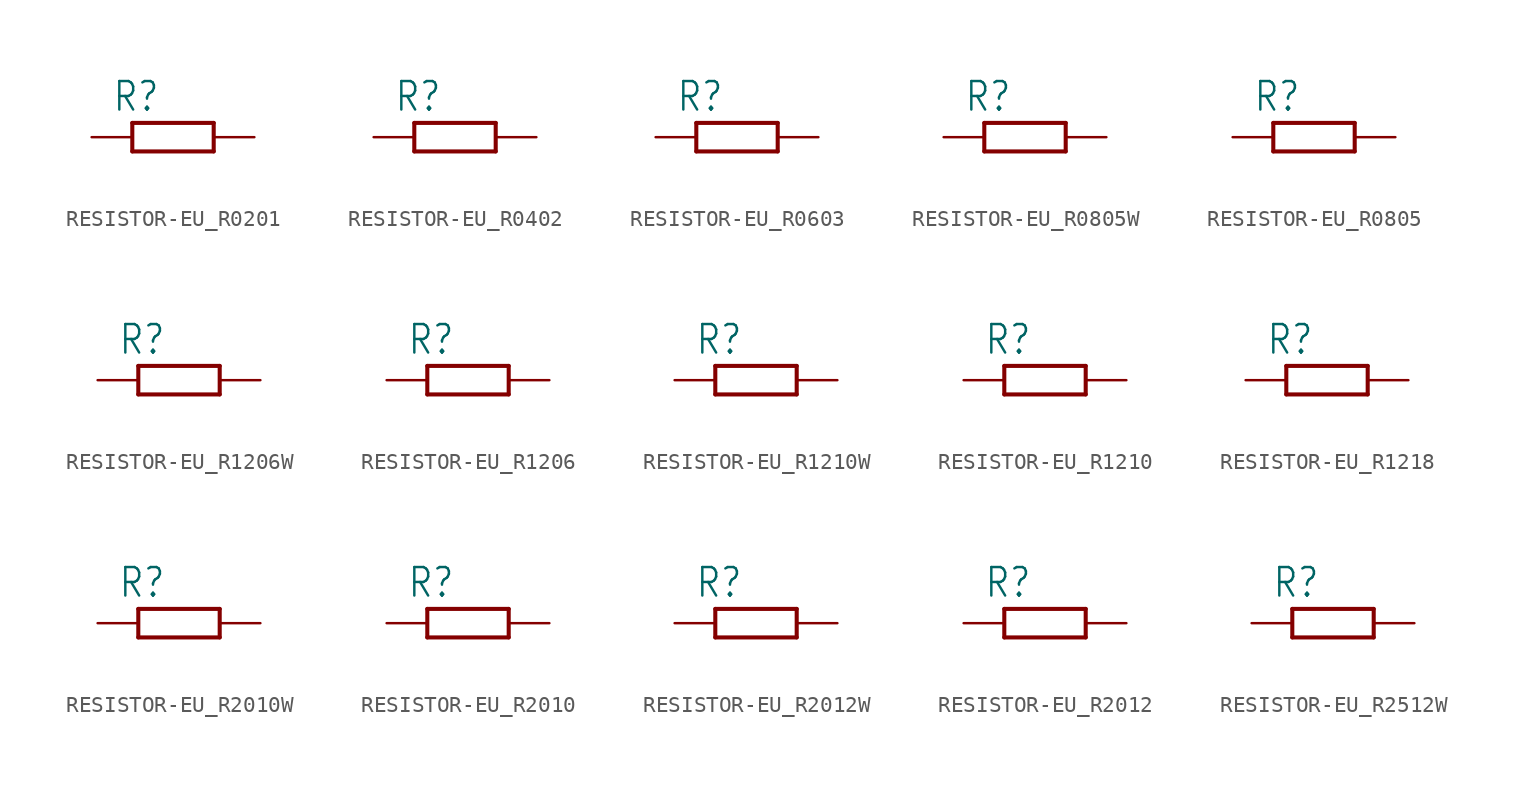
<source format=kicad_sym>
(kicad_symbol_lib
  (version 20231120)
  (generator "kicad_symbol_editor")
  (generator_version "8.0")
  (symbol "RESISTOR-EU_R0201"
    (property "Reference" "R"
      (at -3.81 1.499 0)
      (effects (font (size 1.778 1.511)) (justify left bottom)))
    (property "Value" ""
      (at -3.81 -3.302 0)
      (effects (font (size 1.778 1.511)) (justify left bottom)))
    (property "ki_locked" ""
      (at 0 0 0)
      (effects (font (size 1.27 1.27))))
    (symbol "RESISTOR-EU_R0201_1_0"
      (polyline (pts (xy -2.54 -0.889) (xy -2.54 0.889)) (stroke (width 0.254) (type solid)) (fill (type none)))
      (polyline (pts (xy -2.54 -0.889) (xy 2.54 -0.889)) (stroke (width 0.254) (type solid)) (fill (type none)))
      (polyline (pts (xy 2.54 -0.889) (xy 2.54 0.889)) (stroke (width 0.254) (type solid)) (fill (type none)))
      (polyline (pts (xy 2.54 0.889) (xy -2.54 0.889)) (stroke (width 0.254) (type solid)) (fill (type none)))
      (pin passive line (at -5.08 0 0) (length 2.54) (name "1" (effects (font (size 0 0)))) (number "1" (effects (font (size 0 0)))))
      (pin passive line (at 5.08 0 180) (length 2.54) (name "2" (effects (font (size 0 0)))) (number "2" (effects (font (size 0 0)))))))
  (symbol "RESISTOR-EU_R0402"
    (property "Reference" "R"
      (at -3.81 1.499 0)
      (effects (font (size 1.778 1.511)) (justify left bottom)))
    (property "Value" ""
      (at -3.81 -3.302 0)
      (effects (font (size 1.778 1.511)) (justify left bottom)))
    (property "ki_locked" ""
      (at 0 0 0)
      (effects (font (size 1.27 1.27))))
    (symbol "RESISTOR-EU_R0402_1_0"
      (polyline (pts (xy -2.54 -0.889) (xy -2.54 0.889)) (stroke (width 0.254) (type solid)) (fill (type none)))
      (polyline (pts (xy -2.54 -0.889) (xy 2.54 -0.889)) (stroke (width 0.254) (type solid)) (fill (type none)))
      (polyline (pts (xy 2.54 -0.889) (xy 2.54 0.889)) (stroke (width 0.254) (type solid)) (fill (type none)))
      (polyline (pts (xy 2.54 0.889) (xy -2.54 0.889)) (stroke (width 0.254) (type solid)) (fill (type none)))
      (pin passive line (at -5.08 0 0) (length 2.54) (name "1" (effects (font (size 0 0)))) (number "1" (effects (font (size 0 0)))))
      (pin passive line (at 5.08 0 180) (length 2.54) (name "2" (effects (font (size 0 0)))) (number "2" (effects (font (size 0 0)))))))
  (symbol "RESISTOR-EU_R0603"
    (property "Reference" "R"
      (at -3.81 1.499 0)
      (effects (font (size 1.778 1.511)) (justify left bottom)))
    (property "Value" ""
      (at -3.81 -3.302 0)
      (effects (font (size 1.778 1.511)) (justify left bottom)))
    (property "ki_locked" ""
      (at 0 0 0)
      (effects (font (size 1.27 1.27))))
    (symbol "RESISTOR-EU_R0603_1_0"
      (polyline (pts (xy -2.54 -0.889) (xy -2.54 0.889)) (stroke (width 0.254) (type solid)) (fill (type none)))
      (polyline (pts (xy -2.54 -0.889) (xy 2.54 -0.889)) (stroke (width 0.254) (type solid)) (fill (type none)))
      (polyline (pts (xy 2.54 -0.889) (xy 2.54 0.889)) (stroke (width 0.254) (type solid)) (fill (type none)))
      (polyline (pts (xy 2.54 0.889) (xy -2.54 0.889)) (stroke (width 0.254) (type solid)) (fill (type none)))
      (pin passive line (at -5.08 0 0) (length 2.54) (name "1" (effects (font (size 0 0)))) (number "1" (effects (font (size 0 0)))))
      (pin passive line (at 5.08 0 180) (length 2.54) (name "2" (effects (font (size 0 0)))) (number "2" (effects (font (size 0 0)))))))
  (symbol "RESISTOR-EU_R0805W"
    (property "Reference" "R"
      (at -3.81 1.499 0)
      (effects (font (size 1.778 1.511)) (justify left bottom)))
    (property "Value" ""
      (at -3.81 -3.302 0)
      (effects (font (size 1.778 1.511)) (justify left bottom)))
    (property "ki_locked" ""
      (at 0 0 0)
      (effects (font (size 1.27 1.27))))
    (symbol "RESISTOR-EU_R0805W_1_0"
      (polyline (pts (xy -2.54 -0.889) (xy -2.54 0.889)) (stroke (width 0.254) (type solid)) (fill (type none)))
      (polyline (pts (xy -2.54 -0.889) (xy 2.54 -0.889)) (stroke (width 0.254) (type solid)) (fill (type none)))
      (polyline (pts (xy 2.54 -0.889) (xy 2.54 0.889)) (stroke (width 0.254) (type solid)) (fill (type none)))
      (polyline (pts (xy 2.54 0.889) (xy -2.54 0.889)) (stroke (width 0.254) (type solid)) (fill (type none)))
      (pin passive line (at -5.08 0 0) (length 2.54) (name "1" (effects (font (size 0 0)))) (number "1" (effects (font (size 0 0)))))
      (pin passive line (at 5.08 0 180) (length 2.54) (name "2" (effects (font (size 0 0)))) (number "2" (effects (font (size 0 0)))))))
  (symbol "RESISTOR-EU_R0805"
    (property "Reference" "R"
      (at -3.81 1.499 0)
      (effects (font (size 1.778 1.511)) (justify left bottom)))
    (property "Value" ""
      (at -3.81 -3.302 0)
      (effects (font (size 1.778 1.511)) (justify left bottom)))
    (property "ki_locked" ""
      (at 0 0 0)
      (effects (font (size 1.27 1.27))))
    (symbol "RESISTOR-EU_R0805_1_0"
      (polyline (pts (xy -2.54 -0.889) (xy -2.54 0.889)) (stroke (width 0.254) (type solid)) (fill (type none)))
      (polyline (pts (xy -2.54 -0.889) (xy 2.54 -0.889)) (stroke (width 0.254) (type solid)) (fill (type none)))
      (polyline (pts (xy 2.54 -0.889) (xy 2.54 0.889)) (stroke (width 0.254) (type solid)) (fill (type none)))
      (polyline (pts (xy 2.54 0.889) (xy -2.54 0.889)) (stroke (width 0.254) (type solid)) (fill (type none)))
      (pin passive line (at -5.08 0 0) (length 2.54) (name "1" (effects (font (size 0 0)))) (number "1" (effects (font (size 0 0)))))
      (pin passive line (at 5.08 0 180) (length 2.54) (name "2" (effects (font (size 0 0)))) (number "2" (effects (font (size 0 0)))))))
  (symbol "RESISTOR-EU_R1206W"
    (property "Reference" "R"
      (at -3.81 1.499 0)
      (effects (font (size 1.778 1.511)) (justify left bottom)))
    (property "Value" ""
      (at -3.81 -3.302 0)
      (effects (font (size 1.778 1.511)) (justify left bottom)))
    (property "ki_locked" ""
      (at 0 0 0)
      (effects (font (size 1.27 1.27))))
    (symbol "RESISTOR-EU_R1206W_1_0"
      (polyline (pts (xy -2.54 -0.889) (xy -2.54 0.889)) (stroke (width 0.254) (type solid)) (fill (type none)))
      (polyline (pts (xy -2.54 -0.889) (xy 2.54 -0.889)) (stroke (width 0.254) (type solid)) (fill (type none)))
      (polyline (pts (xy 2.54 -0.889) (xy 2.54 0.889)) (stroke (width 0.254) (type solid)) (fill (type none)))
      (polyline (pts (xy 2.54 0.889) (xy -2.54 0.889)) (stroke (width 0.254) (type solid)) (fill (type none)))
      (pin passive line (at -5.08 0 0) (length 2.54) (name "1" (effects (font (size 0 0)))) (number "1" (effects (font (size 0 0)))))
      (pin passive line (at 5.08 0 180) (length 2.54) (name "2" (effects (font (size 0 0)))) (number "2" (effects (font (size 0 0)))))))
  (symbol "RESISTOR-EU_R1206"
    (property "Reference" "R"
      (at -3.81 1.499 0)
      (effects (font (size 1.778 1.511)) (justify left bottom)))
    (property "Value" ""
      (at -3.81 -3.302 0)
      (effects (font (size 1.778 1.511)) (justify left bottom)))
    (property "ki_locked" ""
      (at 0 0 0)
      (effects (font (size 1.27 1.27))))
    (symbol "RESISTOR-EU_R1206_1_0"
      (polyline (pts (xy -2.54 -0.889) (xy -2.54 0.889)) (stroke (width 0.254) (type solid)) (fill (type none)))
      (polyline (pts (xy -2.54 -0.889) (xy 2.54 -0.889)) (stroke (width 0.254) (type solid)) (fill (type none)))
      (polyline (pts (xy 2.54 -0.889) (xy 2.54 0.889)) (stroke (width 0.254) (type solid)) (fill (type none)))
      (polyline (pts (xy 2.54 0.889) (xy -2.54 0.889)) (stroke (width 0.254) (type solid)) (fill (type none)))
      (pin passive line (at -5.08 0 0) (length 2.54) (name "1" (effects (font (size 0 0)))) (number "1" (effects (font (size 0 0)))))
      (pin passive line (at 5.08 0 180) (length 2.54) (name "2" (effects (font (size 0 0)))) (number "2" (effects (font (size 0 0)))))))
  (symbol "RESISTOR-EU_R1210W"
    (property "Reference" "R"
      (at -3.81 1.499 0)
      (effects (font (size 1.778 1.511)) (justify left bottom)))
    (property "Value" ""
      (at -3.81 -3.302 0)
      (effects (font (size 1.778 1.511)) (justify left bottom)))
    (property "ki_locked" ""
      (at 0 0 0)
      (effects (font (size 1.27 1.27))))
    (symbol "RESISTOR-EU_R1210W_1_0"
      (polyline (pts (xy -2.54 -0.889) (xy -2.54 0.889)) (stroke (width 0.254) (type solid)) (fill (type none)))
      (polyline (pts (xy -2.54 -0.889) (xy 2.54 -0.889)) (stroke (width 0.254) (type solid)) (fill (type none)))
      (polyline (pts (xy 2.54 -0.889) (xy 2.54 0.889)) (stroke (width 0.254) (type solid)) (fill (type none)))
      (polyline (pts (xy 2.54 0.889) (xy -2.54 0.889)) (stroke (width 0.254) (type solid)) (fill (type none)))
      (pin passive line (at -5.08 0 0) (length 2.54) (name "1" (effects (font (size 0 0)))) (number "1" (effects (font (size 0 0)))))
      (pin passive line (at 5.08 0 180) (length 2.54) (name "2" (effects (font (size 0 0)))) (number "2" (effects (font (size 0 0)))))))
  (symbol "RESISTOR-EU_R1210"
    (property "Reference" "R"
      (at -3.81 1.499 0)
      (effects (font (size 1.778 1.511)) (justify left bottom)))
    (property "Value" ""
      (at -3.81 -3.302 0)
      (effects (font (size 1.778 1.511)) (justify left bottom)))
    (property "ki_locked" ""
      (at 0 0 0)
      (effects (font (size 1.27 1.27))))
    (symbol "RESISTOR-EU_R1210_1_0"
      (polyline (pts (xy -2.54 -0.889) (xy -2.54 0.889)) (stroke (width 0.254) (type solid)) (fill (type none)))
      (polyline (pts (xy -2.54 -0.889) (xy 2.54 -0.889)) (stroke (width 0.254) (type solid)) (fill (type none)))
      (polyline (pts (xy 2.54 -0.889) (xy 2.54 0.889)) (stroke (width 0.254) (type solid)) (fill (type none)))
      (polyline (pts (xy 2.54 0.889) (xy -2.54 0.889)) (stroke (width 0.254) (type solid)) (fill (type none)))
      (pin passive line (at -5.08 0 0) (length 2.54) (name "1" (effects (font (size 0 0)))) (number "1" (effects (font (size 0 0)))))
      (pin passive line (at 5.08 0 180) (length 2.54) (name "2" (effects (font (size 0 0)))) (number "2" (effects (font (size 0 0)))))))
  (symbol "RESISTOR-EU_R1218"
    (property "Reference" "R"
      (at -3.81 1.499 0)
      (effects (font (size 1.778 1.511)) (justify left bottom)))
    (property "Value" ""
      (at -3.81 -3.302 0)
      (effects (font (size 1.778 1.511)) (justify left bottom)))
    (property "ki_locked" ""
      (at 0 0 0)
      (effects (font (size 1.27 1.27))))
    (symbol "RESISTOR-EU_R1218_1_0"
      (polyline (pts (xy -2.54 -0.889) (xy -2.54 0.889)) (stroke (width 0.254) (type solid)) (fill (type none)))
      (polyline (pts (xy -2.54 -0.889) (xy 2.54 -0.889)) (stroke (width 0.254) (type solid)) (fill (type none)))
      (polyline (pts (xy 2.54 -0.889) (xy 2.54 0.889)) (stroke (width 0.254) (type solid)) (fill (type none)))
      (polyline (pts (xy 2.54 0.889) (xy -2.54 0.889)) (stroke (width 0.254) (type solid)) (fill (type none)))
      (pin passive line (at -5.08 0 0) (length 2.54) (name "1" (effects (font (size 0 0)))) (number "1" (effects (font (size 0 0)))))
      (pin passive line (at 5.08 0 180) (length 2.54) (name "2" (effects (font (size 0 0)))) (number "2" (effects (font (size 0 0)))))))
  (symbol "RESISTOR-EU_R2010W"
    (property "Reference" "R"
      (at -3.81 1.499 0)
      (effects (font (size 1.778 1.511)) (justify left bottom)))
    (property "Value" ""
      (at -3.81 -3.302 0)
      (effects (font (size 1.778 1.511)) (justify left bottom)))
    (property "ki_locked" ""
      (at 0 0 0)
      (effects (font (size 1.27 1.27))))
    (symbol "RESISTOR-EU_R2010W_1_0"
      (polyline (pts (xy -2.54 -0.889) (xy -2.54 0.889)) (stroke (width 0.254) (type solid)) (fill (type none)))
      (polyline (pts (xy -2.54 -0.889) (xy 2.54 -0.889)) (stroke (width 0.254) (type solid)) (fill (type none)))
      (polyline (pts (xy 2.54 -0.889) (xy 2.54 0.889)) (stroke (width 0.254) (type solid)) (fill (type none)))
      (polyline (pts (xy 2.54 0.889) (xy -2.54 0.889)) (stroke (width 0.254) (type solid)) (fill (type none)))
      (pin passive line (at -5.08 0 0) (length 2.54) (name "1" (effects (font (size 0 0)))) (number "1" (effects (font (size 0 0)))))
      (pin passive line (at 5.08 0 180) (length 2.54) (name "2" (effects (font (size 0 0)))) (number "2" (effects (font (size 0 0)))))))
  (symbol "RESISTOR-EU_R2010"
    (property "Reference" "R"
      (at -3.81 1.499 0)
      (effects (font (size 1.778 1.511)) (justify left bottom)))
    (property "Value" ""
      (at -3.81 -3.302 0)
      (effects (font (size 1.778 1.511)) (justify left bottom)))
    (property "ki_locked" ""
      (at 0 0 0)
      (effects (font (size 1.27 1.27))))
    (symbol "RESISTOR-EU_R2010_1_0"
      (polyline (pts (xy -2.54 -0.889) (xy -2.54 0.889)) (stroke (width 0.254) (type solid)) (fill (type none)))
      (polyline (pts (xy -2.54 -0.889) (xy 2.54 -0.889)) (stroke (width 0.254) (type solid)) (fill (type none)))
      (polyline (pts (xy 2.54 -0.889) (xy 2.54 0.889)) (stroke (width 0.254) (type solid)) (fill (type none)))
      (polyline (pts (xy 2.54 0.889) (xy -2.54 0.889)) (stroke (width 0.254) (type solid)) (fill (type none)))
      (pin passive line (at -5.08 0 0) (length 2.54) (name "1" (effects (font (size 0 0)))) (number "1" (effects (font (size 0 0)))))
      (pin passive line (at 5.08 0 180) (length 2.54) (name "2" (effects (font (size 0 0)))) (number "2" (effects (font (size 0 0)))))))
  (symbol "RESISTOR-EU_R2012W"
    (property "Reference" "R"
      (at -3.81 1.499 0)
      (effects (font (size 1.778 1.511)) (justify left bottom)))
    (property "Value" ""
      (at -3.81 -3.302 0)
      (effects (font (size 1.778 1.511)) (justify left bottom)))
    (property "ki_locked" ""
      (at 0 0 0)
      (effects (font (size 1.27 1.27))))
    (symbol "RESISTOR-EU_R2012W_1_0"
      (polyline (pts (xy -2.54 -0.889) (xy -2.54 0.889)) (stroke (width 0.254) (type solid)) (fill (type none)))
      (polyline (pts (xy -2.54 -0.889) (xy 2.54 -0.889)) (stroke (width 0.254) (type solid)) (fill (type none)))
      (polyline (pts (xy 2.54 -0.889) (xy 2.54 0.889)) (stroke (width 0.254) (type solid)) (fill (type none)))
      (polyline (pts (xy 2.54 0.889) (xy -2.54 0.889)) (stroke (width 0.254) (type solid)) (fill (type none)))
      (pin passive line (at -5.08 0 0) (length 2.54) (name "1" (effects (font (size 0 0)))) (number "1" (effects (font (size 0 0)))))
      (pin passive line (at 5.08 0 180) (length 2.54) (name "2" (effects (font (size 0 0)))) (number "2" (effects (font (size 0 0)))))))
  (symbol "RESISTOR-EU_R2012"
    (property "Reference" "R"
      (at -3.81 1.499 0)
      (effects (font (size 1.778 1.511)) (justify left bottom)))
    (property "Value" ""
      (at -3.81 -3.302 0)
      (effects (font (size 1.778 1.511)) (justify left bottom)))
    (property "ki_locked" ""
      (at 0 0 0)
      (effects (font (size 1.27 1.27))))
    (symbol "RESISTOR-EU_R2012_1_0"
      (polyline (pts (xy -2.54 -0.889) (xy -2.54 0.889)) (stroke (width 0.254) (type solid)) (fill (type none)))
      (polyline (pts (xy -2.54 -0.889) (xy 2.54 -0.889)) (stroke (width 0.254) (type solid)) (fill (type none)))
      (polyline (pts (xy 2.54 -0.889) (xy 2.54 0.889)) (stroke (width 0.254) (type solid)) (fill (type none)))
      (polyline (pts (xy 2.54 0.889) (xy -2.54 0.889)) (stroke (width 0.254) (type solid)) (fill (type none)))
      (pin passive line (at -5.08 0 0) (length 2.54) (name "1" (effects (font (size 0 0)))) (number "1" (effects (font (size 0 0)))))
      (pin passive line (at 5.08 0 180) (length 2.54) (name "2" (effects (font (size 0 0)))) (number "2" (effects (font (size 0 0)))))))
  (symbol "RESISTOR-EU_R2512W"
    (property "Reference" "R"
      (at -3.81 1.499 0)
      (effects (font (size 1.778 1.511)) (justify left bottom)))
    (property "Value" ""
      (at -3.81 -3.302 0)
      (effects (font (size 1.778 1.511)) (justify left bottom)))
    (property "ki_locked" ""
      (at 0 0 0)
      (effects (font (size 1.27 1.27))))
    (symbol "RESISTOR-EU_R2512W_1_0"
      (polyline (pts (xy -2.54 -0.889) (xy -2.54 0.889)) (stroke (width 0.254) (type solid)) (fill (type none)))
      (polyline (pts (xy -2.54 -0.889) (xy 2.54 -0.889)) (stroke (width 0.254) (type solid)) (fill (type none)))
      (polyline (pts (xy 2.54 -0.889) (xy 2.54 0.889)) (stroke (width 0.254) (type solid)) (fill (type none)))
      (polyline (pts (xy 2.54 0.889) (xy -2.54 0.889)) (stroke (width 0.254) (type solid)) (fill (type none)))
      (pin passive line (at -5.08 0 0) (length 2.54) (name "1" (effects (font (size 0 0)))) (number "1" (effects (font (size 0 0)))))
      (pin passive line (at 5.08 0 180) (length 2.54) (name "2" (effects (font (size 0 0)))) (number "2" (effects (font (size 0 0))))))))
</source>
